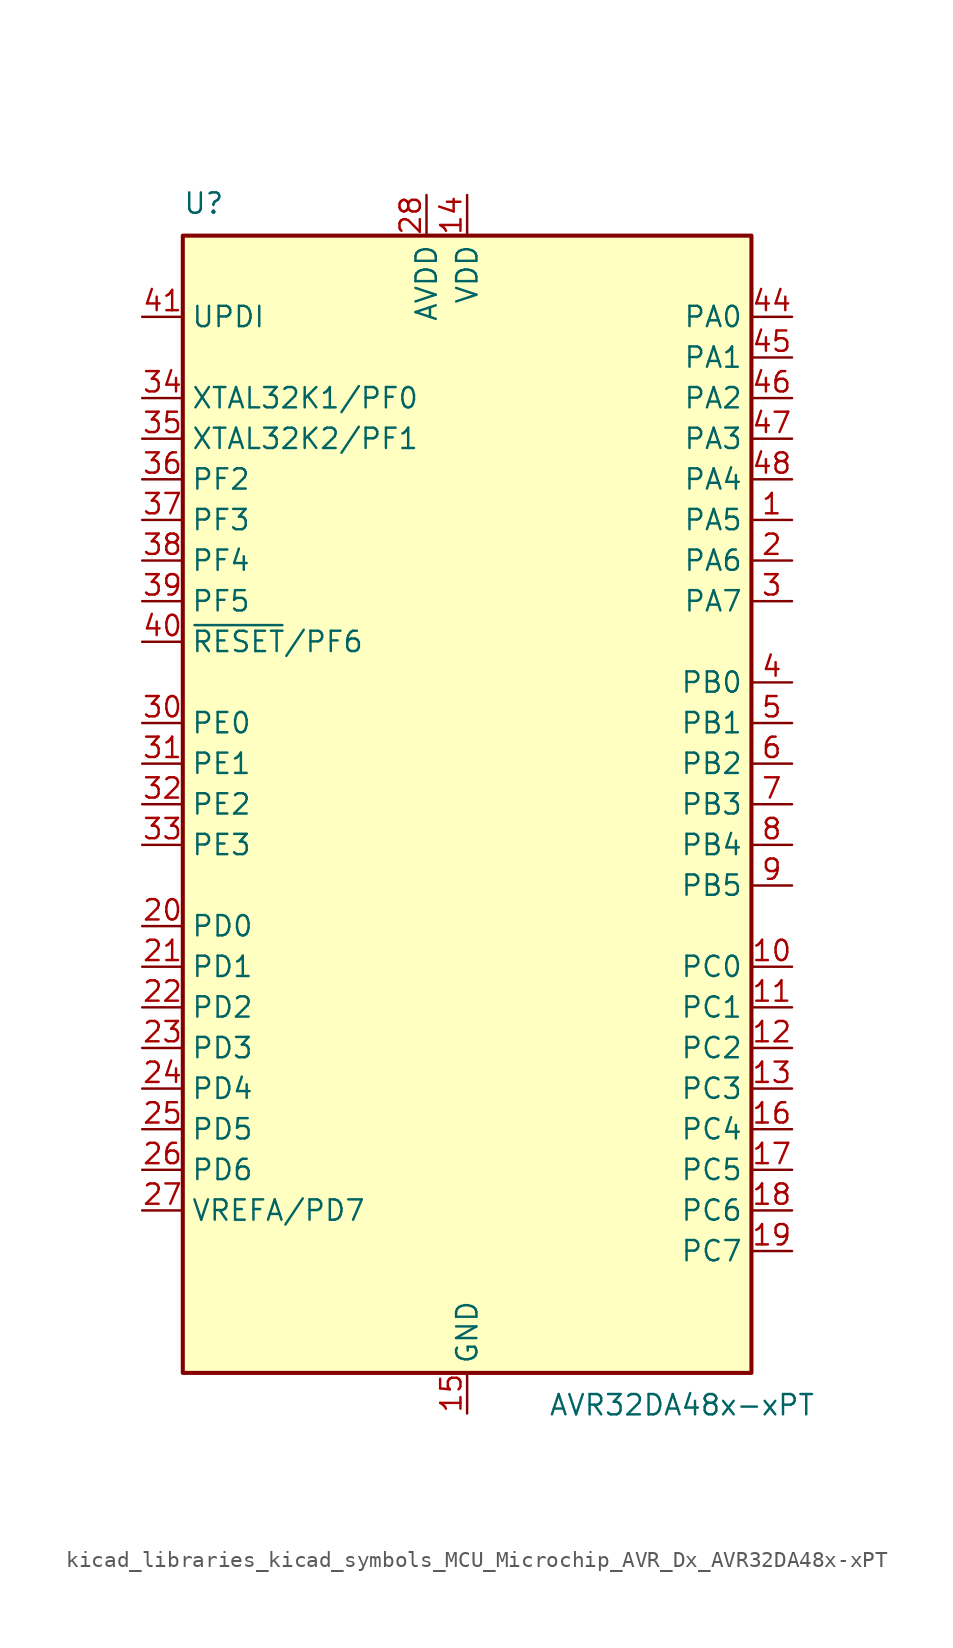
<source format=kicad_sym>
(kicad_symbol_lib
  (version 20220914)
  (generator kicad_symbol_editor)
  (symbol "kicad_libraries_kicad_symbols_MCU_Microchip_AVR_Dx_AVR32DA48x-xPT"
    (property "Reference" "U"
      (at -17.78 36.83 0)
      (effects (font (size 1.27 1.27)) (justify left bottom)))
    (property "Value" "AVR32DA48x-xPT"
      (at 5.08 -36.83 0)
      (effects (font (size 1.27 1.27)) (justify left top)))
    (symbol "kicad_libraries_kicad_symbols_MCU_Microchip_AVR_Dx_AVR32DA48x-xPT_0_1"
      (rectangle (start -17.78 35.56) (end 17.78 -35.56) (stroke (width 0.254) (type default)) (fill (type background))))
    (symbol "kicad_libraries_kicad_symbols_MCU_Microchip_AVR_Dx_AVR32DA48x-xPT_1_1"
      (pin bidirectional line (at 20.32 17.78 180) (length 2.54) (name "PA5" (effects (font (size 1.27 1.27)))) (number "1" (effects (font (size 1.27 1.27)))))
      (pin bidirectional line (at 20.32 -10.16 180) (length 2.54) (name "PC0" (effects (font (size 1.27 1.27)))) (number "10" (effects (font (size 1.27 1.27)))))
      (pin bidirectional line (at 20.32 -12.7 180) (length 2.54) (name "PC1" (effects (font (size 1.27 1.27)))) (number "11" (effects (font (size 1.27 1.27)))))
      (pin bidirectional line (at 20.32 -15.24 180) (length 2.54) (name "PC2" (effects (font (size 1.27 1.27)))) (number "12" (effects (font (size 1.27 1.27)))))
      (pin bidirectional line (at 20.32 -17.78 180) (length 2.54) (name "PC3" (effects (font (size 1.27 1.27)))) (number "13" (effects (font (size 1.27 1.27)))))
      (pin power_in line (at 0 38.1 270) (length 2.54) (name "VDD" (effects (font (size 1.27 1.27)))) (number "14" (effects (font (size 1.27 1.27)))))
      (pin power_in line (at 0 -38.1 90) (length 2.54) (name "GND" (effects (font (size 1.27 1.27)))) (number "15" (effects (font (size 1.27 1.27)))))
      (pin bidirectional line (at 20.32 -20.32 180) (length 2.54) (name "PC4" (effects (font (size 1.27 1.27)))) (number "16" (effects (font (size 1.27 1.27)))))
      (pin bidirectional line (at 20.32 -22.86 180) (length 2.54) (name "PC5" (effects (font (size 1.27 1.27)))) (number "17" (effects (font (size 1.27 1.27)))))
      (pin bidirectional line (at 20.32 -25.4 180) (length 2.54) (name "PC6" (effects (font (size 1.27 1.27)))) (number "18" (effects (font (size 1.27 1.27)))))
      (pin bidirectional line (at 20.32 -27.94 180) (length 2.54) (name "PC7" (effects (font (size 1.27 1.27)))) (number "19" (effects (font (size 1.27 1.27)))))
      (pin bidirectional line (at 20.32 15.24 180) (length 2.54) (name "PA6" (effects (font (size 1.27 1.27)))) (number "2" (effects (font (size 1.27 1.27)))))
      (pin bidirectional line (at -20.32 -7.62 0) (length 2.54) (name "PD0" (effects (font (size 1.27 1.27)))) (number "20" (effects (font (size 1.27 1.27)))))
      (pin bidirectional line (at -20.32 -10.16 0) (length 2.54) (name "PD1" (effects (font (size 1.27 1.27)))) (number "21" (effects (font (size 1.27 1.27)))))
      (pin bidirectional line (at -20.32 -12.7 0) (length 2.54) (name "PD2" (effects (font (size 1.27 1.27)))) (number "22" (effects (font (size 1.27 1.27)))))
      (pin bidirectional line (at -20.32 -15.24 0) (length 2.54) (name "PD3" (effects (font (size 1.27 1.27)))) (number "23" (effects (font (size 1.27 1.27)))))
      (pin bidirectional line (at -20.32 -17.78 0) (length 2.54) (name "PD4" (effects (font (size 1.27 1.27)))) (number "24" (effects (font (size 1.27 1.27)))))
      (pin bidirectional line (at -20.32 -20.32 0) (length 2.54) (name "PD5" (effects (font (size 1.27 1.27)))) (number "25" (effects (font (size 1.27 1.27)))))
      (pin bidirectional line (at -20.32 -22.86 0) (length 2.54) (name "PD6" (effects (font (size 1.27 1.27)))) (number "26" (effects (font (size 1.27 1.27)))))
      (pin bidirectional line (at -20.32 -25.4 0) (length 2.54) (name "VREFA/PD7" (effects (font (size 1.27 1.27)))) (number "27" (effects (font (size 1.27 1.27)))))
      (pin power_in line (at -2.54 38.1 270) (length 2.54) (name "AVDD" (effects (font (size 1.27 1.27)))) (number "28" (effects (font (size 1.27 1.27)))))
      (pin passive line (at 0 -38.1 90) (length 2.54) hide (name "GND" (effects (font (size 1.27 1.27)))) (number "29" (effects (font (size 1.27 1.27)))))
      (pin bidirectional line (at 20.32 12.7 180) (length 2.54) (name "PA7" (effects (font (size 1.27 1.27)))) (number "3" (effects (font (size 1.27 1.27)))))
      (pin bidirectional line (at -20.32 5.08 0) (length 2.54) (name "PE0" (effects (font (size 1.27 1.27)))) (number "30" (effects (font (size 1.27 1.27)))))
      (pin bidirectional line (at -20.32 2.54 0) (length 2.54) (name "PE1" (effects (font (size 1.27 1.27)))) (number "31" (effects (font (size 1.27 1.27)))))
      (pin bidirectional line (at -20.32 0 0) (length 2.54) (name "PE2" (effects (font (size 1.27 1.27)))) (number "32" (effects (font (size 1.27 1.27)))))
      (pin bidirectional line (at -20.32 -2.54 0) (length 2.54) (name "PE3" (effects (font (size 1.27 1.27)))) (number "33" (effects (font (size 1.27 1.27)))))
      (pin bidirectional line (at -20.32 25.4 0) (length 2.54) (name "XTAL32K1/PF0" (effects (font (size 1.27 1.27)))) (number "34" (effects (font (size 1.27 1.27)))))
      (pin bidirectional line (at -20.32 22.86 0) (length 2.54) (name "XTAL32K2/PF1" (effects (font (size 1.27 1.27)))) (number "35" (effects (font (size 1.27 1.27)))))
      (pin bidirectional line (at -20.32 20.32 0) (length 2.54) (name "PF2" (effects (font (size 1.27 1.27)))) (number "36" (effects (font (size 1.27 1.27)))))
      (pin bidirectional line (at -20.32 17.78 0) (length 2.54) (name "PF3" (effects (font (size 1.27 1.27)))) (number "37" (effects (font (size 1.27 1.27)))))
      (pin bidirectional line (at -20.32 15.24 0) (length 2.54) (name "PF4" (effects (font (size 1.27 1.27)))) (number "38" (effects (font (size 1.27 1.27)))))
      (pin bidirectional line (at -20.32 12.7 0) (length 2.54) (name "PF5" (effects (font (size 1.27 1.27)))) (number "39" (effects (font (size 1.27 1.27)))))
      (pin bidirectional line (at 20.32 7.62 180) (length 2.54) (name "PB0" (effects (font (size 1.27 1.27)))) (number "4" (effects (font (size 1.27 1.27)))))
      (pin bidirectional line (at -20.32 10.16 0) (length 2.54) (name "~{RESET}/PF6" (effects (font (size 1.27 1.27)))) (number "40" (effects (font (size 1.27 1.27)))))
      (pin input line (at -20.32 30.48 0) (length 2.54) (name "UPDI" (effects (font (size 1.27 1.27)))) (number "41" (effects (font (size 1.27 1.27)))))
      (pin passive line (at 0 38.1 270) (length 2.54) hide (name "VDD" (effects (font (size 1.27 1.27)))) (number "42" (effects (font (size 1.27 1.27)))))
      (pin passive line (at 0 -38.1 90) (length 2.54) hide (name "GND" (effects (font (size 1.27 1.27)))) (number "43" (effects (font (size 1.27 1.27)))))
      (pin bidirectional line (at 20.32 30.48 180) (length 2.54) (name "PA0" (effects (font (size 1.27 1.27)))) (number "44" (effects (font (size 1.27 1.27)))))
      (pin bidirectional line (at 20.32 27.94 180) (length 2.54) (name "PA1" (effects (font (size 1.27 1.27)))) (number "45" (effects (font (size 1.27 1.27)))))
      (pin bidirectional line (at 20.32 25.4 180) (length 2.54) (name "PA2" (effects (font (size 1.27 1.27)))) (number "46" (effects (font (size 1.27 1.27)))))
      (pin bidirectional line (at 20.32 22.86 180) (length 2.54) (name "PA3" (effects (font (size 1.27 1.27)))) (number "47" (effects (font (size 1.27 1.27)))))
      (pin bidirectional line (at 20.32 20.32 180) (length 2.54) (name "PA4" (effects (font (size 1.27 1.27)))) (number "48" (effects (font (size 1.27 1.27)))))
      (pin bidirectional line (at 20.32 5.08 180) (length 2.54) (name "PB1" (effects (font (size 1.27 1.27)))) (number "5" (effects (font (size 1.27 1.27)))))
      (pin bidirectional line (at 20.32 2.54 180) (length 2.54) (name "PB2" (effects (font (size 1.27 1.27)))) (number "6" (effects (font (size 1.27 1.27)))))
      (pin bidirectional line (at 20.32 0 180) (length 2.54) (name "PB3" (effects (font (size 1.27 1.27)))) (number "7" (effects (font (size 1.27 1.27)))))
      (pin bidirectional line (at 20.32 -2.54 180) (length 2.54) (name "PB4" (effects (font (size 1.27 1.27)))) (number "8" (effects (font (size 1.27 1.27)))))
      (pin bidirectional line (at 20.32 -5.08 180) (length 2.54) (name "PB5" (effects (font (size 1.27 1.27)))) (number "9" (effects (font (size 1.27 1.27))))))))
</source>
